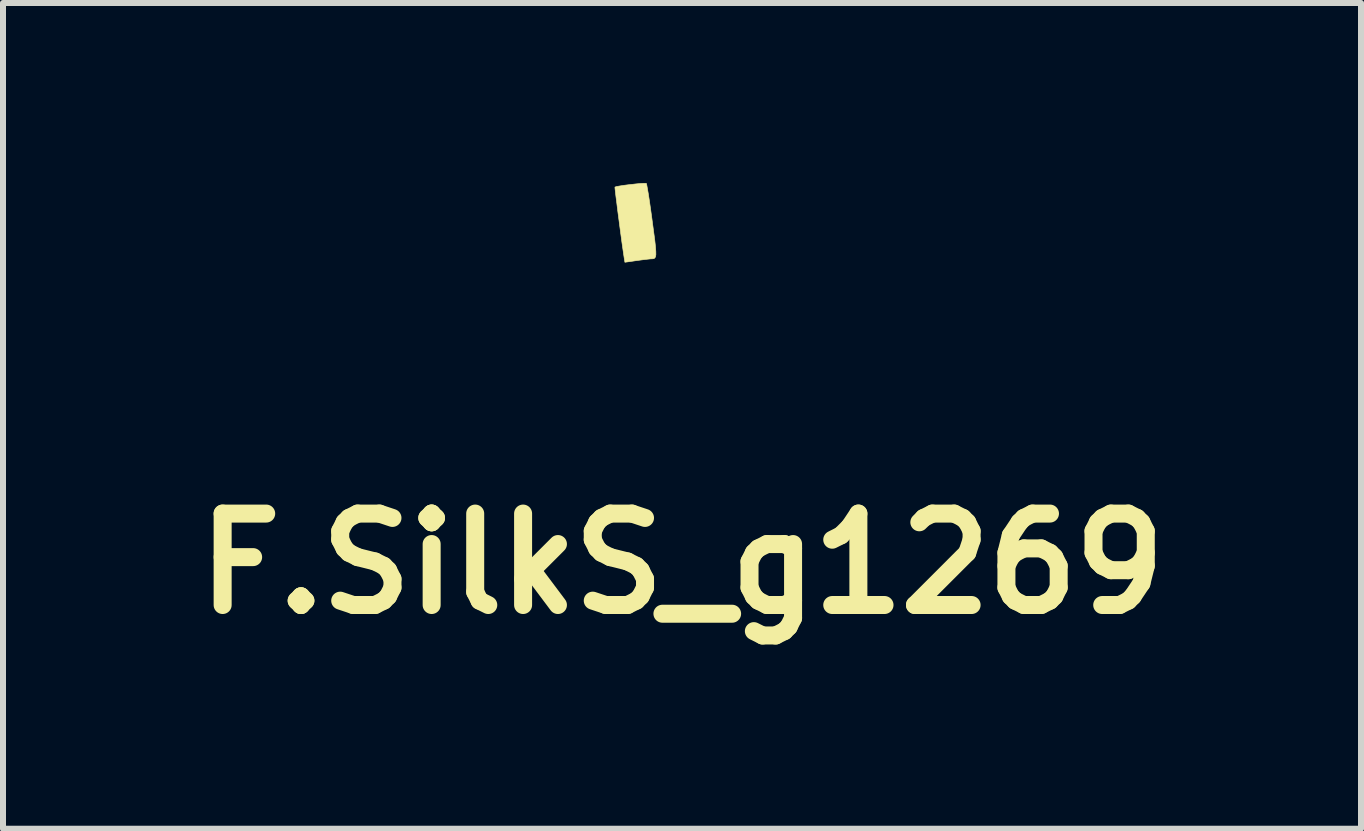
<source format=kicad_pcb>
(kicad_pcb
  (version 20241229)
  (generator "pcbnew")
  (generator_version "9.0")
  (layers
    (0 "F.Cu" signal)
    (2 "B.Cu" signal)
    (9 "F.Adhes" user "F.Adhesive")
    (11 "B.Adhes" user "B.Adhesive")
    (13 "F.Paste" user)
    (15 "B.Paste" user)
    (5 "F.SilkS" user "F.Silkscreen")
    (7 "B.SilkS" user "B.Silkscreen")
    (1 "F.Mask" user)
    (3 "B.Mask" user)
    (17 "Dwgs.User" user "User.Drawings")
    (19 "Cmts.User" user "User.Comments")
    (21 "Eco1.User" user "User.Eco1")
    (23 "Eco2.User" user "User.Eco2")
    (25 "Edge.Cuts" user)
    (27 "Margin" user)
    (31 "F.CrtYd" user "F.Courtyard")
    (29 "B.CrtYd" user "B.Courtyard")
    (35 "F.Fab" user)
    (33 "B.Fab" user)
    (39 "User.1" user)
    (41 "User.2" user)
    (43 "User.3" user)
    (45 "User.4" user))
  (footprint "F.SilkS_g1269"
    (layer "F.Cu")
    (at 8.317 6.344)
    (property "Reference" "F.SilkS_g1269" (at 0 0 0) (layer "F.SilkS") (effects (font (size 1.524 1.524) (thickness 0.3))))
    (attr through_hole)
    (fp_poly (pts (xy -0.598 -6.338) (xy -0.595 -6.337) (xy -0.588 -6.312) (xy -0.577 -6.25) (xy -0.561 -6.158) (xy -0.543 -6.04) (xy -0.523 -5.901) (xy -0.502 -5.749) (xy -0.498 -5.718) (xy -0.474 -5.538) (xy -0.455 -5.396) (xy -0.443 -5.287) (xy -0.437 -5.206) (xy -0.436 -5.15) (xy -0.442 -5.114) (xy -0.455 -5.093) (xy -0.474 -5.083) (xy -0.5 -5.08) (xy -0.519 -5.08) (xy -0.558 -5.076) (xy -0.627 -5.068) (xy -0.713 -5.057) (xy -0.756 -5.051) (xy -0.952 -5.023) (xy -0.963 -5.089) (xy -0.972 -5.149) (xy -0.985 -5.238) (xy -1.001 -5.349) (xy -1.018 -5.476) (xy -1.036 -5.611) (xy -1.054 -5.749) (xy -1.072 -5.884) (xy -1.087 -6.008) (xy -1.101 -6.116) (xy -1.111 -6.201) (xy -1.117 -6.256) (xy -1.118 -6.276) (xy -1.092 -6.285) (xy -1.034 -6.295) (xy -0.956 -6.307) (xy -0.866 -6.318) (xy -0.775 -6.328) (xy -0.694 -6.336) (xy -0.631 -6.339) (xy -0.598 -6.338)) (stroke (width 0.01) (type solid)) (fill yes) (layer "F.SilkS")))
  (gr_rect
    (start -3 -3)
    (end 19.633 10.762)
    (stroke (width 0.1) (type default))
    (fill no)
    (layer "Edge.Cuts")))
</source>
